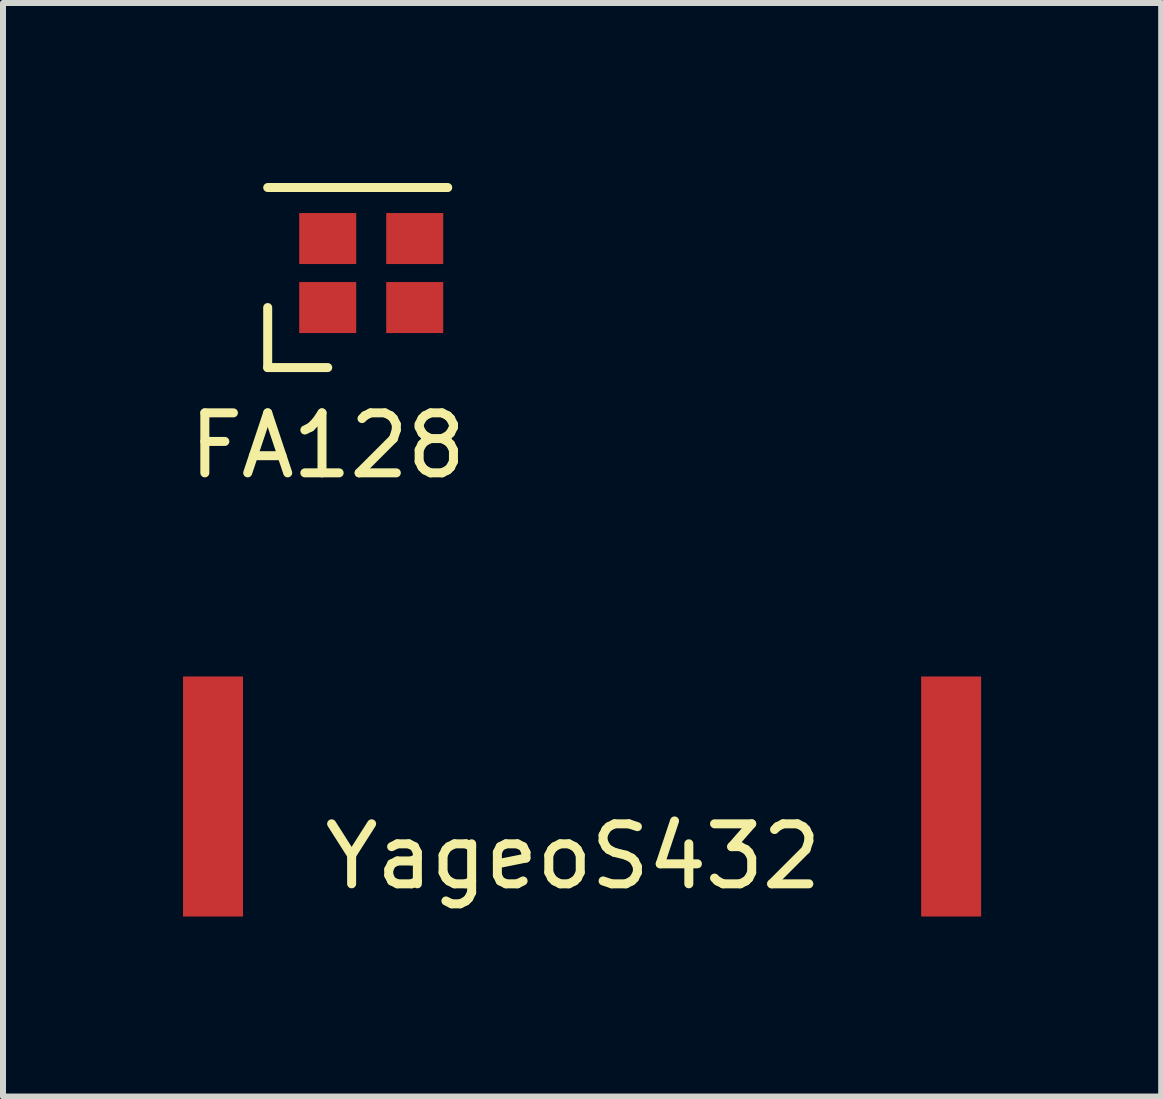
<source format=kicad_pcb>
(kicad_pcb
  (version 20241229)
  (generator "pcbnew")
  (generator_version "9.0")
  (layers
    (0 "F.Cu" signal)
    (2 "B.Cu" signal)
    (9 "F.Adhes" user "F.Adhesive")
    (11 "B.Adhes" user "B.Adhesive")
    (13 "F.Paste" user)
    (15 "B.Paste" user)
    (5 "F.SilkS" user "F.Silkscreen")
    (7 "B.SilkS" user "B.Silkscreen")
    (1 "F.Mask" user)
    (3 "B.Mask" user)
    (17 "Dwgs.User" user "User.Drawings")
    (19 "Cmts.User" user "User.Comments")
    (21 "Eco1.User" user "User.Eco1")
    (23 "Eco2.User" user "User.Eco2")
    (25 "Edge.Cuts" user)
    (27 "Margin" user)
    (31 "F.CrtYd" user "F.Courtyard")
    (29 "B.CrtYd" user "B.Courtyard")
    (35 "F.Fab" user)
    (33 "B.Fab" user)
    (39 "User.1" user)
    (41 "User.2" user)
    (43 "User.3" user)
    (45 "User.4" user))
  (footprint "FA128"
    (layer "F.Cu")
    (at 2.411 2.075)
    (property "Reference" "FA128" (at 0 2.3 0) (layer "F.SilkS") (effects (font (size 1 1) (thickness 0.15))))
    (attr through_hole)
    (fp_line (start -1 -2) (end 2 -2) (stroke (width 0.15) (type solid)) (layer "F.SilkS"))
    (fp_line (start -1 1) (end -1 0) (stroke (width 0.15) (type solid)) (layer "F.SilkS"))
    (fp_line (start 0 1) (end -1 1) (stroke (width 0.15) (type solid)) (layer "F.SilkS"))
    (pad "1" smd rect (at 0 0) (size 0.95 0.85) (layers "F.Cu" "F.Mask" "F.Paste"))
    (pad "2" smd rect (at 1.45 0) (size 0.95 0.85) (layers "F.Cu" "F.Mask" "F.Paste"))
    (pad "3" smd rect (at 1.45 -1.15) (size 0.95 0.85) (layers "F.Cu" "F.Mask" "F.Paste"))
    (pad "4" smd rect (at 0 -1.15) (size 0.95 0.85) (layers "F.Cu" "F.Mask" "F.Paste")))
  (footprint "YageoS432"
    (layer "F.Cu")
    (at 0.5 10.223)
    (property "Reference" "YageoS432" (at 6 1 0) (layer "F.SilkS") (effects (font (size 1 1) (thickness 0.15))))
    (attr through_hole)
    (pad "1" smd rect (at 0 0) (size 1 4) (layers "F.Cu" "F.Mask" "F.Paste"))
    (pad "2" smd rect (at 12.3 0) (size 1 4) (layers "F.Cu" "F.Mask" "F.Paste")))
  (gr_rect
    (start -3 -3)
    (end 16.3 15.223)
    (stroke (width 0.1) (type default))
    (fill no)
    (layer "Edge.Cuts")))
</source>
